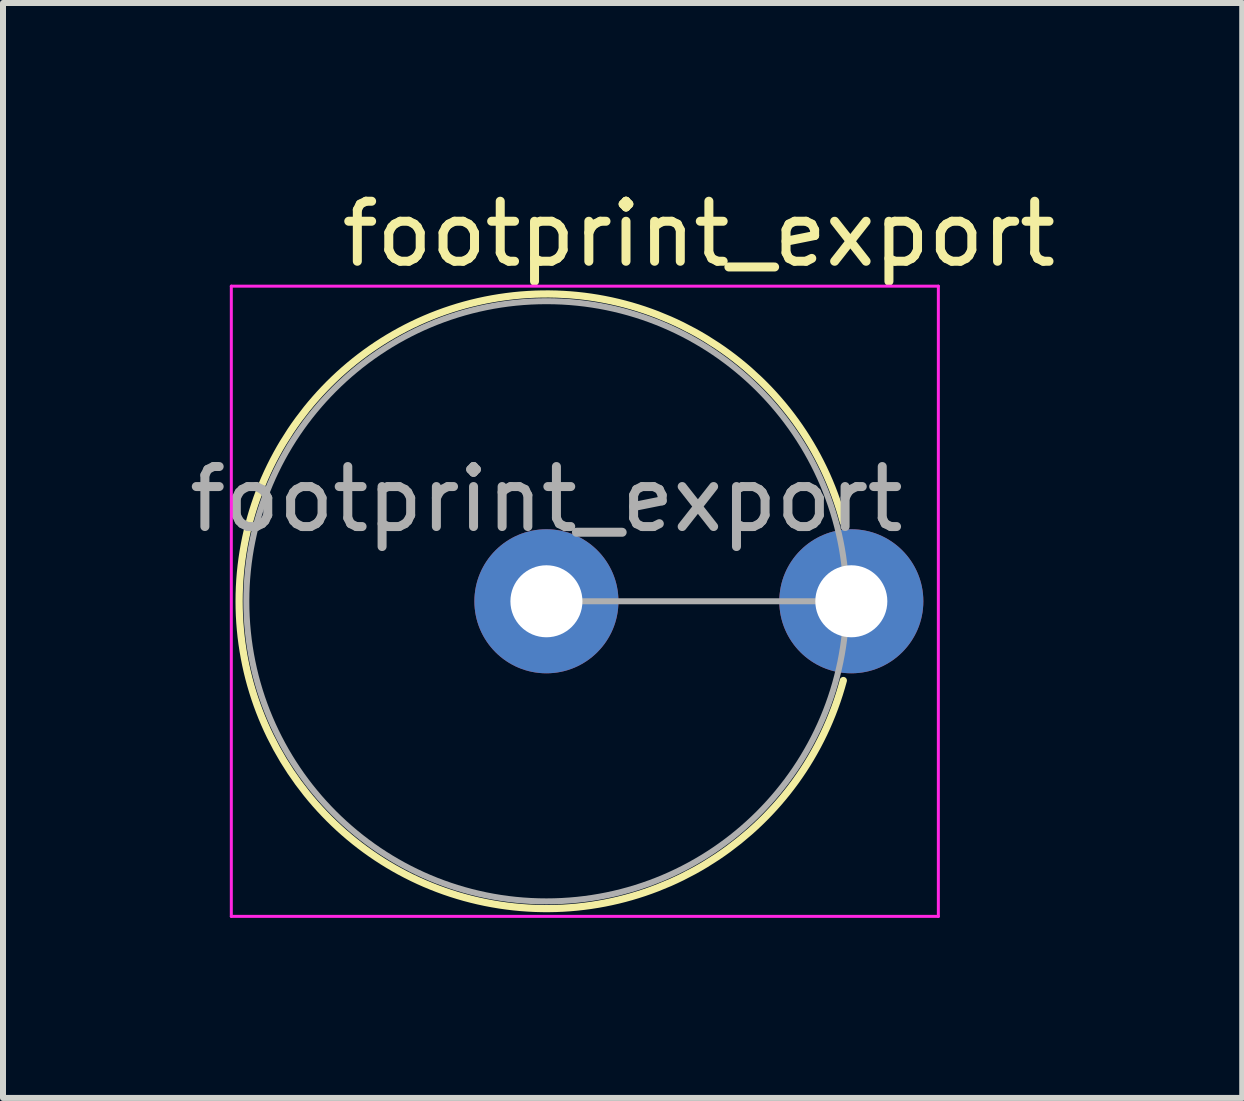
<source format=kicad_pcb>
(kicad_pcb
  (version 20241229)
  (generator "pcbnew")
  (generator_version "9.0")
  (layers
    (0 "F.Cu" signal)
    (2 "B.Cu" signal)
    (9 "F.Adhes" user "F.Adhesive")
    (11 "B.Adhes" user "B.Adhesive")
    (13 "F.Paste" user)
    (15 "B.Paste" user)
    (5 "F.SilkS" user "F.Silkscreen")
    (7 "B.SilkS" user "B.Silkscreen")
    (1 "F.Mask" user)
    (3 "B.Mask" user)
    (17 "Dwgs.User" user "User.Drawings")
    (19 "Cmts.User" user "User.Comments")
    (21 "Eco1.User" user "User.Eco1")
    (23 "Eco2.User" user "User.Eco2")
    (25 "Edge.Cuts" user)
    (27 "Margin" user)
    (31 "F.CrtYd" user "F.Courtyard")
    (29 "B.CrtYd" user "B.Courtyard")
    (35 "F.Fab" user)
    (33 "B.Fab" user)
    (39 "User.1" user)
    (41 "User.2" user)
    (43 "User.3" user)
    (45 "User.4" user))
  (footprint "footprint_export"
    (layer "F.Cu")
    (at 6.054 6.968)
    (property "Reference" "footprint_export" (at 2.54 -6.12 0) (layer "F.SilkS") (effects (font (size 1 1) (thickness 0.15))))
    (attr through_hole)
    (fp_arc (start 4.946918 1.32) (mid -5.12 0) (end 4.946918 -1.32) (stroke (width 0.12) (type solid)) (layer "F.SilkS"))
    (fp_line (start -5.25 -5.25) (end -5.25 5.25) (stroke (width 0.05) (type solid)) (layer "F.CrtYd"))
    (fp_line (start -5.25 5.25) (end 6.53 5.25) (stroke (width 0.05) (type solid)) (layer "F.CrtYd"))
    (fp_line (start 6.53 -5.25) (end -5.25 -5.25) (stroke (width 0.05) (type solid)) (layer "F.CrtYd"))
    (fp_line (start 6.53 5.25) (end 6.53 -5.25) (stroke (width 0.05) (type solid)) (layer "F.CrtYd"))
    (fp_line (start 0 0) (end 5.08 0) (stroke (width 0.1) (type solid)) (layer "F.Fab"))
    (fp_circle (center 0 0) (end 5 0) (stroke (width 0.1) (type solid)) (fill no) (layer "F.Fab"))
    (fp_text user "${REFERENCE}" (at 0 -1.7 0) (layer "F.Fab") (effects (font (size 1 1) (thickness 0.15))))
    (pad "1" thru_hole circle (at 0 0) (size 2.4 2.4) (drill 1.2) (layers "*.Cu" "*.Mask"))
    (pad "2" thru_hole oval (at 5.08 0) (size 2.4 2.4) (drill 1.2) (layers "*.Cu" "*.Mask")))
  (gr_rect
    (start -3 -3)
    (end 17.647 15.243)
    (stroke (width 0.1) (type default))
    (fill no)
    (layer "Edge.Cuts")))
</source>
